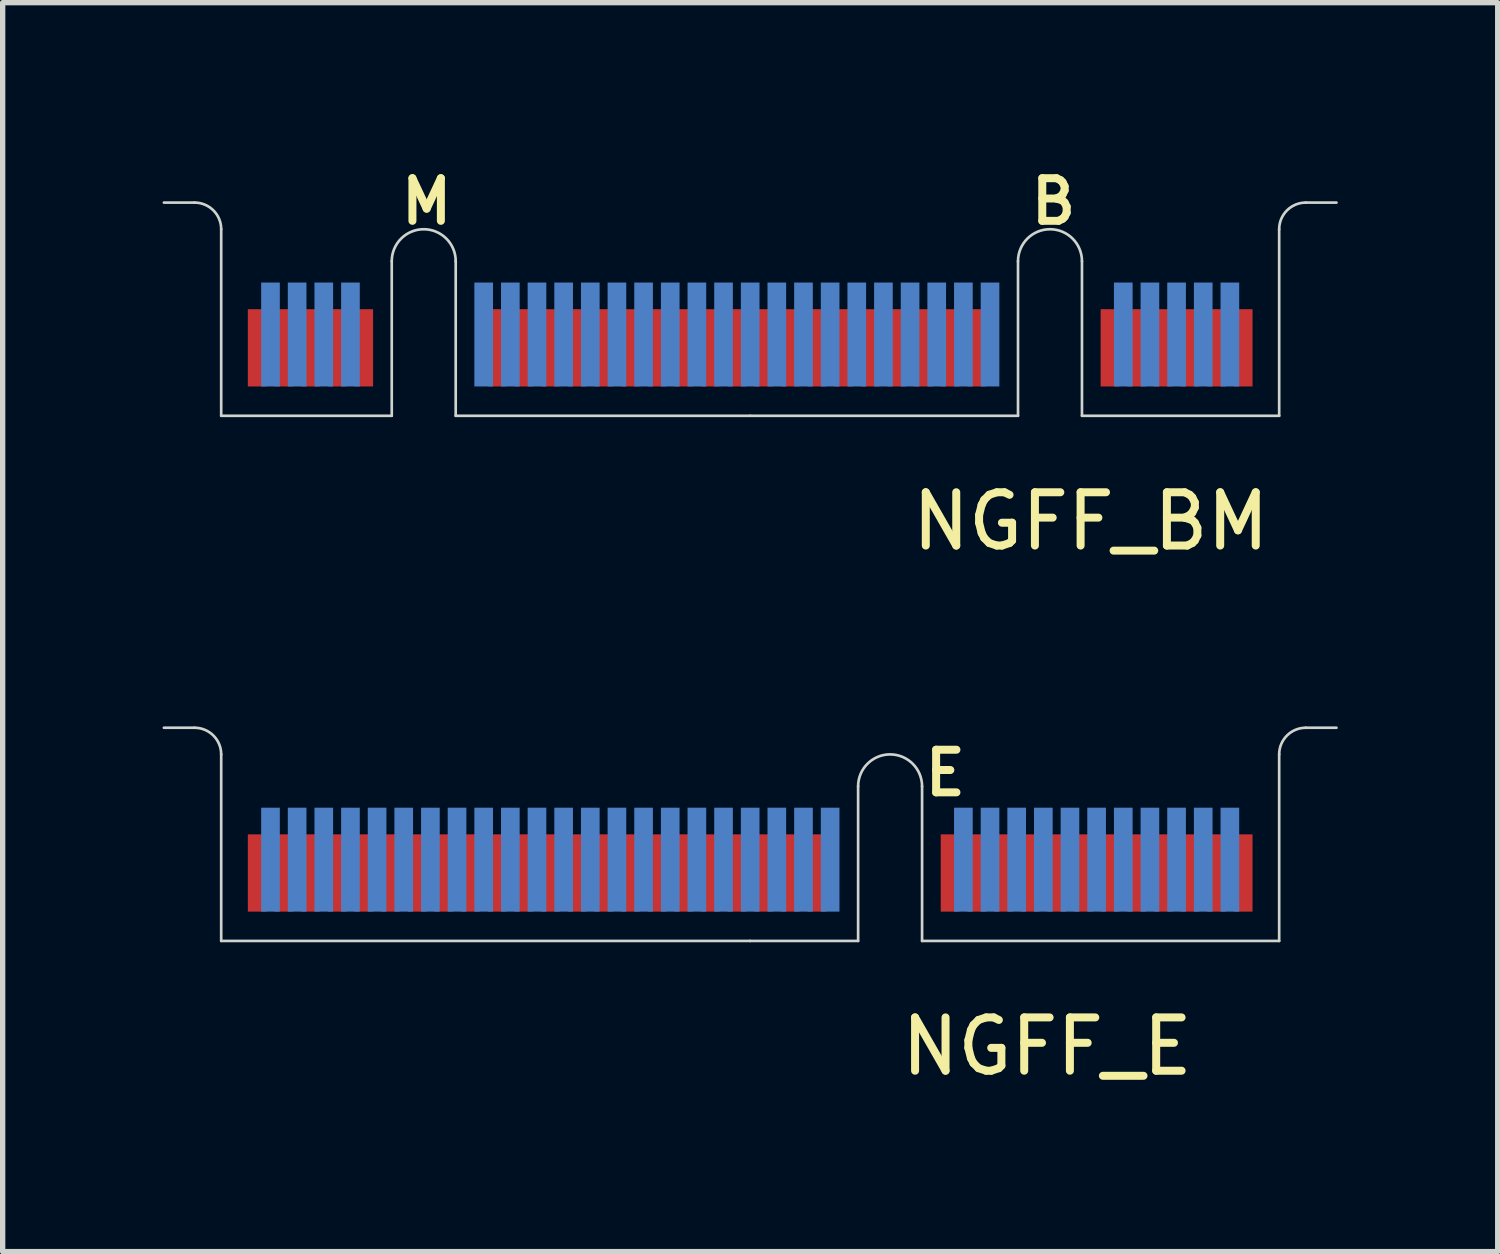
<source format=kicad_pcb>
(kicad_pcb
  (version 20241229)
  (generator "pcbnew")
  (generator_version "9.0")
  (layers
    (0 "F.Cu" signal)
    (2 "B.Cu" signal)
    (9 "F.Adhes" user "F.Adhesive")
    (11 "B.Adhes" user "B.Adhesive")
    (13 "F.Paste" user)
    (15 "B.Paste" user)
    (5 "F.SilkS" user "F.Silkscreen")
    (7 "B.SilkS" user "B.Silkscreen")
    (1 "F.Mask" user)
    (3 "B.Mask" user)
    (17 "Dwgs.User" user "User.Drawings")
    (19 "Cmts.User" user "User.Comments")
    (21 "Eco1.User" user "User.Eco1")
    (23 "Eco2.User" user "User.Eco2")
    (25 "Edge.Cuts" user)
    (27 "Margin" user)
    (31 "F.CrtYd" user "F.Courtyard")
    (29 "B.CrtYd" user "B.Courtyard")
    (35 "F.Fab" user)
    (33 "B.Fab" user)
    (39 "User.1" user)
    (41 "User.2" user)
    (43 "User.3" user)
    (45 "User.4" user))
  (footprint "NGFF_BM"
    (layer "F.Cu")
    (at 11.025 4.751)
    (property "Reference" "NGFF_BM" (at 6.39 1.98 0) (layer "F.SilkS") (effects (font (size 1 1) (thickness 0.15))))
    (attr through_hole)
    (fp_poly (pts (xy -9.925 0) (xy -6.725 0) (xy -6.725 -2) (xy -9.925 -2)) (stroke (width 0.1) (type solid)) (fill yes) (layer "F.Mask"))
    (fp_poly (pts (xy -5.525 0) (xy 5.025 0) (xy 5.025 -2) (xy -5.525 -2)) (stroke (width 0.1) (type solid)) (fill yes) (layer "F.Mask"))
    (fp_poly (pts (xy 6.225 0) (xy 9.925 0) (xy 9.925 -2) (xy 6.225 -2)) (stroke (width 0.1) (type solid)) (fill yes) (layer "F.Mask"))
    (fp_poly (pts (xy -9.925 0) (xy -6.725 0) (xy -6.725 -2.5) (xy -9.925 -2.5)) (stroke (width 0.1) (type solid)) (fill yes) (layer "B.Mask"))
    (fp_poly (pts (xy -5.525 0) (xy 5.025 0) (xy 5.025 -2.5) (xy -5.525 -2.5)) (stroke (width 0.1) (type solid)) (fill yes) (layer "B.Mask"))
    (fp_poly (pts (xy 6.225 0) (xy 9.925 0) (xy 9.925 -2.5) (xy 6.225 -2.5)) (stroke (width 0.1) (type solid)) (fill yes) (layer "B.Mask"))
    (fp_line (start -11 -4) (end -10.425 -4) (stroke (width 0.05) (type solid)) (layer "Edge.Cuts"))
    (fp_line (start -9.925 -3.5) (end -9.925 0) (stroke (width 0.05) (type solid)) (layer "Edge.Cuts"))
    (fp_line (start -9.925 0) (end -6.725 0) (stroke (width 0.05) (type solid)) (layer "Edge.Cuts"))
    (fp_line (start -6.725 0) (end -6.725 -2.9) (stroke (width 0.05) (type solid)) (layer "Edge.Cuts"))
    (fp_line (start -5.525 -2.9) (end -5.525 0) (stroke (width 0.05) (type solid)) (layer "Edge.Cuts"))
    (fp_line (start -5.525 0) (end 0 0) (stroke (width 0.05) (type solid)) (layer "Edge.Cuts"))
    (fp_line (start 0 0) (end 5.025 0) (stroke (width 0.05) (type solid)) (layer "Edge.Cuts"))
    (fp_line (start 5.025 0) (end 5.025 -2.9) (stroke (width 0.05) (type solid)) (layer "Edge.Cuts"))
    (fp_line (start 6.225 -2.9) (end 6.225 0) (stroke (width 0.05) (type solid)) (layer "Edge.Cuts"))
    (fp_line (start 6.225 0) (end 9.925 0) (stroke (width 0.05) (type solid)) (layer "Edge.Cuts"))
    (fp_line (start 9.925 0) (end 9.925 -3.5) (stroke (width 0.05) (type solid)) (layer "Edge.Cuts"))
    (fp_line (start 10.425 -4) (end 11 -4) (stroke (width 0.05) (type solid)) (layer "Edge.Cuts"))
    (fp_arc (start -10.425 -4) (mid -10.071447 -3.853553) (end -9.925 -3.5) (stroke (width 0.05) (type solid)) (layer "Edge.Cuts"))
    (fp_arc (start -6.725 -2.9) (mid -6.125 -3.5) (end -5.525 -2.9) (stroke (width 0.05) (type solid)) (layer "Edge.Cuts"))
    (fp_arc (start 5.025 -2.9) (mid 5.625 -3.5) (end 6.225 -2.9) (stroke (width 0.05) (type solid)) (layer "Edge.Cuts"))
    (fp_arc (start 9.925 -3.5) (mid 10.071447 -3.853553) (end 10.425 -4) (stroke (width 0.05) (type solid)) (layer "Edge.Cuts"))
    (fp_text user "B" (at 5.69 -4.02 0) (layer "F.SilkS") (effects (font (size 0.8 0.8) (thickness 0.15))))
    (fp_text user "M" (at -6.07 -4.02 0) (layer "F.SilkS") (effects (font (size 0.8 0.8) (thickness 0.15))))
    (pad "1" smd rect (at 9.25 -1.275) (size 0.35 1.45) (layers "F.Cu"))
    (pad "2" smd rect (at 9 -1.525) (size 0.35 1.95) (layers "B.Cu"))
    (pad "3" smd rect (at 8.75 -1.275) (size 0.35 1.45) (layers "F.Cu"))
    (pad "4" smd rect (at 8.5 -1.525) (size 0.35 1.95) (layers "B.Cu"))
    (pad "5" smd rect (at 8.25 -1.275) (size 0.35 1.45) (layers "F.Cu"))
    (pad "6" smd rect (at 8 -1.525) (size 0.35 1.95) (layers "B.Cu"))
    (pad "7" smd rect (at 7.75 -1.275) (size 0.35 1.45) (layers "F.Cu"))
    (pad "8" smd rect (at 7.5 -1.525) (size 0.35 1.95) (layers "B.Cu"))
    (pad "9" smd rect (at 7.25 -1.275) (size 0.35 1.45) (layers "F.Cu"))
    (pad "10" smd rect (at 7 -1.525) (size 0.35 1.95) (layers "B.Cu"))
    (pad "11" smd rect (at 6.75 -1.275) (size 0.35 1.45) (layers "F.Cu"))
    (pad "20" smd rect (at 4.5 -1.525) (size 0.35 1.95) (layers "B.Cu"))
    (pad "21" smd rect (at 4.25 -1.275) (size 0.35 1.45) (layers "F.Cu"))
    (pad "22" smd rect (at 4 -1.525) (size 0.35 1.95) (layers "B.Cu"))
    (pad "23" smd rect (at 3.75 -1.275) (size 0.35 1.45) (layers "F.Cu"))
    (pad "24" smd rect (at 3.5 -1.525) (size 0.35 1.95) (layers "B.Cu"))
    (pad "25" smd rect (at 3.25 -1.275) (size 0.35 1.45) (layers "F.Cu"))
    (pad "26" smd rect (at 3 -1.525) (size 0.35 1.95) (layers "B.Cu"))
    (pad "27" smd rect (at 2.75 -1.275) (size 0.35 1.45) (layers "F.Cu"))
    (pad "28" smd rect (at 2.5 -1.525) (size 0.35 1.95) (layers "B.Cu"))
    (pad "29" smd rect (at 2.25 -1.275) (size 0.35 1.45) (layers "F.Cu"))
    (pad "30" smd rect (at 2 -1.525) (size 0.35 1.95) (layers "B.Cu"))
    (pad "31" smd rect (at 1.75 -1.275) (size 0.35 1.45) (layers "F.Cu"))
    (pad "32" smd rect (at 1.5 -1.525) (size 0.35 1.95) (layers "B.Cu"))
    (pad "33" smd rect (at 1.25 -1.275) (size 0.35 1.45) (layers "F.Cu"))
    (pad "34" smd rect (at 1 -1.525) (size 0.35 1.95) (layers "B.Cu"))
    (pad "35" smd rect (at 0.75 -1.275) (size 0.35 1.45) (layers "F.Cu"))
    (pad "36" smd rect (at 0.5 -1.525) (size 0.35 1.95) (layers "B.Cu"))
    (pad "37" smd rect (at 0.25 -1.275) (size 0.35 1.45) (layers "F.Cu"))
    (pad "38" smd rect (at 0 -1.525) (size 0.35 1.95) (layers "B.Cu"))
    (pad "39" smd rect (at -0.25 -1.275) (size 0.35 1.45) (layers "F.Cu"))
    (pad "40" smd rect (at -0.5 -1.525) (size 0.35 1.95) (layers "B.Cu"))
    (pad "41" smd rect (at -0.75 -1.275) (size 0.35 1.45) (layers "F.Cu"))
    (pad "42" smd rect (at -1 -1.525) (size 0.35 1.95) (layers "B.Cu"))
    (pad "43" smd rect (at -1.25 -1.275) (size 0.35 1.45) (layers "F.Cu"))
    (pad "44" smd rect (at -1.5 -1.525) (size 0.35 1.95) (layers "B.Cu"))
    (pad "45" smd rect (at -1.75 -1.275) (size 0.35 1.45) (layers "F.Cu"))
    (pad "46" smd rect (at -2 -1.525) (size 0.35 1.95) (layers "B.Cu"))
    (pad "47" smd rect (at -2.25 -1.275) (size 0.35 1.45) (layers "F.Cu"))
    (pad "48" smd rect (at -2.5 -1.525) (size 0.35 1.95) (layers "B.Cu"))
    (pad "49" smd rect (at -2.75 -1.275) (size 0.35 1.45) (layers "F.Cu"))
    (pad "50" smd rect (at -3 -1.525) (size 0.35 1.95) (layers "B.Cu"))
    (pad "51" smd rect (at -3.25 -1.275) (size 0.35 1.45) (layers "F.Cu"))
    (pad "52" smd rect (at -3.5 -1.525) (size 0.35 1.95) (layers "B.Cu"))
    (pad "53" smd rect (at -3.75 -1.275) (size 0.35 1.45) (layers "F.Cu"))
    (pad "54" smd rect (at -4 -1.525) (size 0.35 1.95) (layers "B.Cu"))
    (pad "55" smd rect (at -4.25 -1.275) (size 0.35 1.45) (layers "F.Cu"))
    (pad "56" smd rect (at -4.5 -1.525) (size 0.35 1.95) (layers "B.Cu"))
    (pad "57" smd rect (at -4.75 -1.275) (size 0.35 1.45) (layers "F.Cu"))
    (pad "58" smd rect (at -5 -1.525) (size 0.35 1.95) (layers "B.Cu"))
    (pad "67" smd rect (at -7.25 -1.275) (size 0.35 1.45) (layers "F.Cu"))
    (pad "68" smd rect (at -7.5 -1.525) (size 0.35 1.95) (layers "B.Cu"))
    (pad "69" smd rect (at -7.75 -1.275) (size 0.35 1.45) (layers "F.Cu"))
    (pad "70" smd rect (at -8 -1.525) (size 0.35 1.95) (layers "B.Cu"))
    (pad "71" smd rect (at -8.25 -1.275) (size 0.35 1.45) (layers "F.Cu"))
    (pad "72" smd rect (at -8.5 -1.525) (size 0.35 1.95) (layers "B.Cu"))
    (pad "73" smd rect (at -8.75 -1.275) (size 0.35 1.45) (layers "F.Cu"))
    (pad "74" smd rect (at -9 -1.525) (size 0.35 1.95) (layers "B.Cu"))
    (pad "75" smd rect (at -9.25 -1.275) (size 0.35 1.45) (layers "F.Cu")))
  (footprint "NGFF_E"
    (layer "F.Cu")
    (at 11.025 14.604)
    (property "Reference" "NGFF_E" (at 5.57 1.98 0) (layer "F.SilkS") (effects (font (size 1 1) (thickness 0.15))))
    (attr through_hole)
    (fp_poly (pts (xy -9.925 0) (xy 2.025 0) (xy 2.025 -2) (xy -9.925 -2)) (stroke (width 0.1) (type solid)) (fill yes) (layer "F.Mask"))
    (fp_poly (pts (xy 3.225 0) (xy 9.925 0) (xy 9.925 -2) (xy 3.225 -2)) (stroke (width 0.1) (type solid)) (fill yes) (layer "F.Mask"))
    (fp_poly (pts (xy -9.925 0) (xy 2.025 0) (xy 2.025 -2.5) (xy -9.925 -2.5)) (stroke (width 0.1) (type solid)) (fill yes) (layer "B.Mask"))
    (fp_poly (pts (xy 3.225 0) (xy 9.925 0) (xy 9.925 -2.5) (xy 3.225 -2.5)) (stroke (width 0.1) (type solid)) (fill yes) (layer "B.Mask"))
    (fp_line (start -11 -4) (end -10.425 -4) (stroke (width 0.05) (type solid)) (layer "Edge.Cuts"))
    (fp_line (start -9.925 -3.5) (end -9.925 0) (stroke (width 0.05) (type solid)) (layer "Edge.Cuts"))
    (fp_line (start -9.925 0) (end 0 0) (stroke (width 0.05) (type solid)) (layer "Edge.Cuts"))
    (fp_line (start 0 0) (end 2.025 0) (stroke (width 0.05) (type solid)) (layer "Edge.Cuts"))
    (fp_line (start 2.025 0) (end 2.025 -2.9) (stroke (width 0.05) (type solid)) (layer "Edge.Cuts"))
    (fp_line (start 3.225 -2.9) (end 3.225 0) (stroke (width 0.05) (type solid)) (layer "Edge.Cuts"))
    (fp_line (start 3.225 0) (end 9.925 0) (stroke (width 0.05) (type solid)) (layer "Edge.Cuts"))
    (fp_line (start 9.925 0) (end 9.925 -3.5) (stroke (width 0.05) (type solid)) (layer "Edge.Cuts"))
    (fp_line (start 10.425 -4) (end 11 -4) (stroke (width 0.05) (type solid)) (layer "Edge.Cuts"))
    (fp_arc (start -10.425 -4) (mid -10.071447 -3.853553) (end -9.925 -3.5) (stroke (width 0.05) (type solid)) (layer "Edge.Cuts"))
    (fp_arc (start 2.025 -2.9) (mid 2.625 -3.5) (end 3.225 -2.9) (stroke (width 0.05) (type solid)) (layer "Edge.Cuts"))
    (fp_arc (start 9.925 -3.5) (mid 10.071447 -3.853553) (end 10.425 -4) (stroke (width 0.05) (type solid)) (layer "Edge.Cuts"))
    (fp_text user "E" (at 3.66 -3.15 0) (layer "F.SilkS") (effects (font (size 0.8 0.8) (thickness 0.15))))
    (pad "1" smd rect (at 9.25 -1.275) (size 0.35 1.45) (layers "F.Cu"))
    (pad "2" smd rect (at 9 -1.525) (size 0.35 1.95) (layers "B.Cu"))
    (pad "3" smd rect (at 8.75 -1.275) (size 0.35 1.45) (layers "F.Cu"))
    (pad "4" smd rect (at 8.5 -1.525) (size 0.35 1.95) (layers "B.Cu"))
    (pad "5" smd rect (at 8.25 -1.275) (size 0.35 1.45) (layers "F.Cu"))
    (pad "6" smd rect (at 8 -1.525) (size 0.35 1.95) (layers "B.Cu"))
    (pad "7" smd rect (at 7.75 -1.275) (size 0.35 1.45) (layers "F.Cu"))
    (pad "8" smd rect (at 7.5 -1.525) (size 0.35 1.95) (layers "B.Cu"))
    (pad "9" smd rect (at 7.25 -1.275) (size 0.35 1.45) (layers "F.Cu"))
    (pad "10" smd rect (at 7 -1.525) (size 0.35 1.95) (layers "B.Cu"))
    (pad "11" smd rect (at 6.75 -1.275) (size 0.35 1.45) (layers "F.Cu"))
    (pad "12" smd rect (at 6.5 -1.525) (size 0.35 1.95) (layers "B.Cu"))
    (pad "13" smd rect (at 6.25 -1.275) (size 0.35 1.45) (layers "F.Cu"))
    (pad "14" smd rect (at 6 -1.525) (size 0.35 1.95) (layers "B.Cu"))
    (pad "15" smd rect (at 5.75 -1.275) (size 0.35 1.45) (layers "F.Cu"))
    (pad "16" smd rect (at 5.5 -1.525) (size 0.35 1.95) (layers "B.Cu"))
    (pad "17" smd rect (at 5.25 -1.275) (size 0.35 1.45) (layers "F.Cu"))
    (pad "18" smd rect (at 5 -1.525) (size 0.35 1.95) (layers "B.Cu"))
    (pad "19" smd rect (at 4.75 -1.275) (size 0.35 1.45) (layers "F.Cu"))
    (pad "20" smd rect (at 4.5 -1.525) (size 0.35 1.95) (layers "B.Cu"))
    (pad "21" smd rect (at 4.25 -1.275) (size 0.35 1.45) (layers "F.Cu"))
    (pad "22" smd rect (at 4 -1.525) (size 0.35 1.95) (layers "B.Cu"))
    (pad "23" smd rect (at 3.75 -1.275) (size 0.35 1.45) (layers "F.Cu"))
    (pad "32" smd rect (at 1.5 -1.525) (size 0.35 1.95) (layers "B.Cu"))
    (pad "33" smd rect (at 1.25 -1.275) (size 0.35 1.45) (layers "F.Cu"))
    (pad "34" smd rect (at 1 -1.525) (size 0.35 1.95) (layers "B.Cu"))
    (pad "35" smd rect (at 0.75 -1.275) (size 0.35 1.45) (layers "F.Cu"))
    (pad "36" smd rect (at 0.5 -1.525) (size 0.35 1.95) (layers "B.Cu"))
    (pad "37" smd rect (at 0.25 -1.275) (size 0.35 1.45) (layers "F.Cu"))
    (pad "38" smd rect (at 0 -1.525) (size 0.35 1.95) (layers "B.Cu"))
    (pad "39" smd rect (at -0.25 -1.275) (size 0.35 1.45) (layers "F.Cu"))
    (pad "40" smd rect (at -0.5 -1.525) (size 0.35 1.95) (layers "B.Cu"))
    (pad "41" smd rect (at -0.75 -1.275) (size 0.35 1.45) (layers "F.Cu"))
    (pad "42" smd rect (at -1 -1.525) (size 0.35 1.95) (layers "B.Cu"))
    (pad "43" smd rect (at -1.25 -1.275) (size 0.35 1.45) (layers "F.Cu"))
    (pad "44" smd rect (at -1.5 -1.525) (size 0.35 1.95) (layers "B.Cu"))
    (pad "45" smd rect (at -1.75 -1.275) (size 0.35 1.45) (layers "F.Cu"))
    (pad "46" smd rect (at -2 -1.525) (size 0.35 1.95) (layers "B.Cu"))
    (pad "47" smd rect (at -2.25 -1.275) (size 0.35 1.45) (layers "F.Cu"))
    (pad "48" smd rect (at -2.5 -1.525) (size 0.35 1.95) (layers "B.Cu"))
    (pad "49" smd rect (at -2.75 -1.275) (size 0.35 1.45) (layers "F.Cu"))
    (pad "50" smd rect (at -3 -1.525) (size 0.35 1.95) (layers "B.Cu"))
    (pad "51" smd rect (at -3.25 -1.275) (size 0.35 1.45) (layers "F.Cu"))
    (pad "52" smd rect (at -3.5 -1.525) (size 0.35 1.95) (layers "B.Cu"))
    (pad "53" smd rect (at -3.75 -1.275) (size 0.35 1.45) (layers "F.Cu"))
    (pad "54" smd rect (at -4 -1.525) (size 0.35 1.95) (layers "B.Cu"))
    (pad "55" smd rect (at -4.25 -1.275) (size 0.35 1.45) (layers "F.Cu"))
    (pad "56" smd rect (at -4.5 -1.525) (size 0.35 1.95) (layers "B.Cu"))
    (pad "57" smd rect (at -4.75 -1.275) (size 0.35 1.45) (layers "F.Cu"))
    (pad "58" smd rect (at -5 -1.525) (size 0.35 1.95) (layers "B.Cu"))
    (pad "59" smd rect (at -5.25 -1.275) (size 0.35 1.45) (layers "F.Cu"))
    (pad "60" smd rect (at -5.5 -1.525) (size 0.35 1.95) (layers "B.Cu"))
    (pad "61" smd rect (at -5.75 -1.275) (size 0.35 1.45) (layers "F.Cu"))
    (pad "62" smd rect (at -6 -1.525) (size 0.35 1.95) (layers "B.Cu"))
    (pad "63" smd rect (at -6.25 -1.275) (size 0.35 1.45) (layers "F.Cu"))
    (pad "64" smd rect (at -6.5 -1.525) (size 0.35 1.95) (layers "B.Cu"))
    (pad "65" smd rect (at -6.75 -1.275) (size 0.35 1.45) (layers "F.Cu"))
    (pad "66" smd rect (at -7 -1.525) (size 0.35 1.95) (layers "B.Cu"))
    (pad "67" smd rect (at -7.25 -1.275) (size 0.35 1.45) (layers "F.Cu"))
    (pad "68" smd rect (at -7.5 -1.525) (size 0.35 1.95) (layers "B.Cu"))
    (pad "69" smd rect (at -7.75 -1.275) (size 0.35 1.45) (layers "F.Cu"))
    (pad "70" smd rect (at -8 -1.525) (size 0.35 1.95) (layers "B.Cu"))
    (pad "71" smd rect (at -8.25 -1.275) (size 0.35 1.45) (layers "F.Cu"))
    (pad "72" smd rect (at -8.5 -1.525) (size 0.35 1.95) (layers "B.Cu"))
    (pad "73" smd rect (at -8.75 -1.275) (size 0.35 1.45) (layers "F.Cu"))
    (pad "74" smd rect (at -9 -1.525) (size 0.35 1.95) (layers "B.Cu"))
    (pad "75" smd rect (at -9.25 -1.275) (size 0.35 1.45) (layers "F.Cu")))
  (gr_rect
    (start -3 -3)
    (end 25.05 20.433)
    (stroke (width 0.1) (type default))
    (fill no)
    (layer "Edge.Cuts")))
</source>
